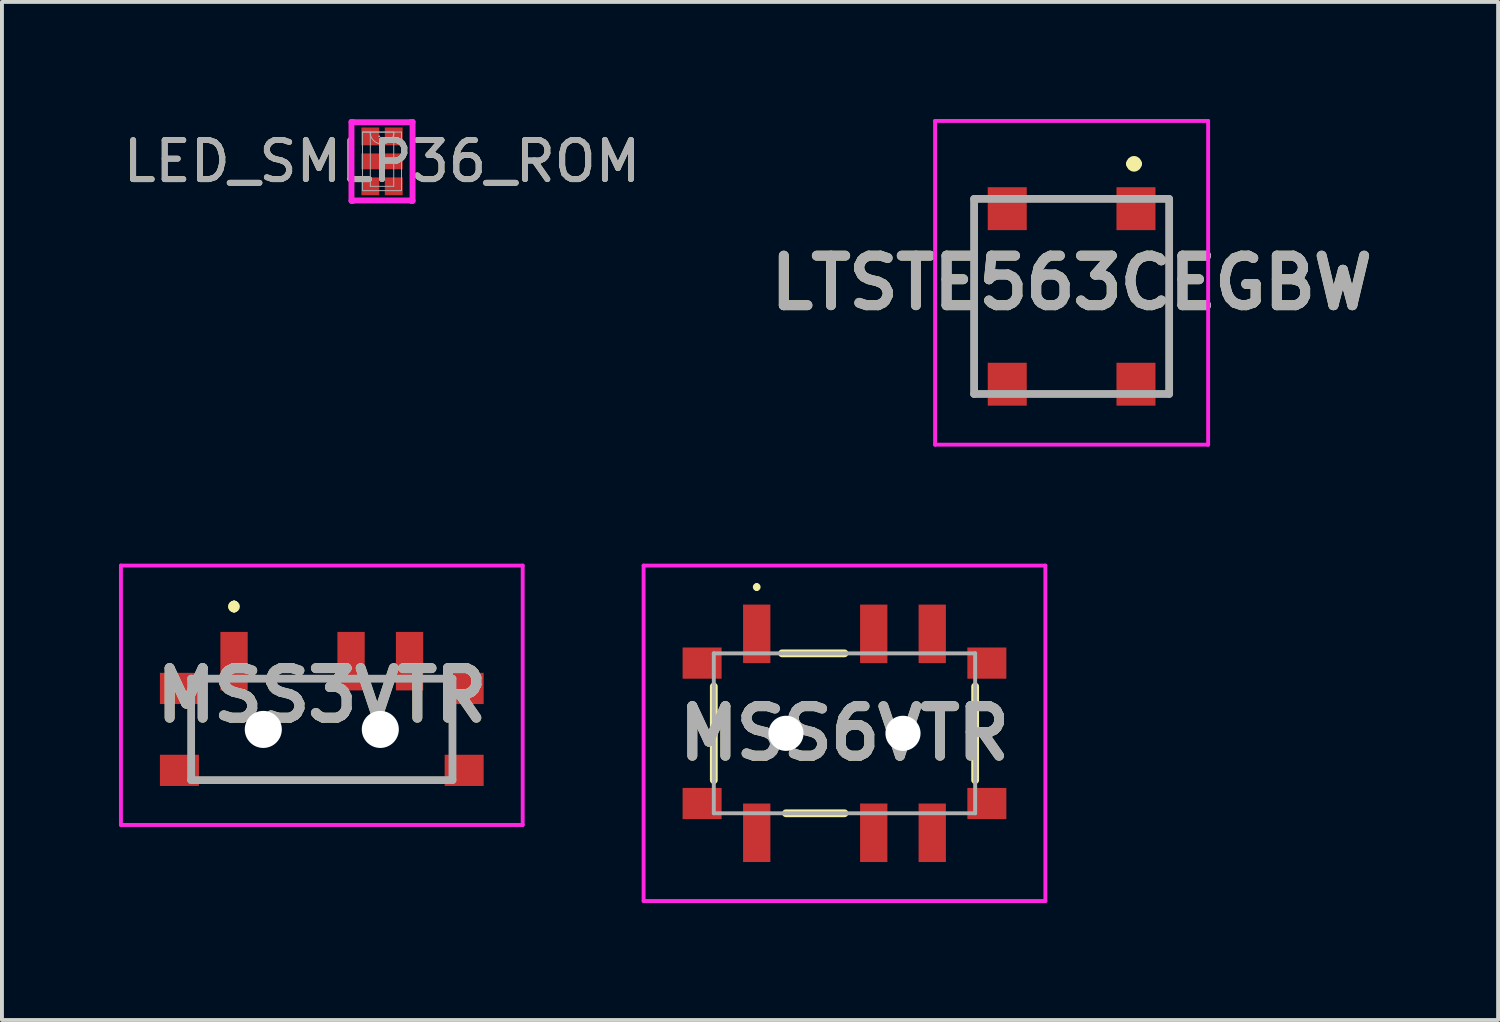
<source format=kicad_pcb>
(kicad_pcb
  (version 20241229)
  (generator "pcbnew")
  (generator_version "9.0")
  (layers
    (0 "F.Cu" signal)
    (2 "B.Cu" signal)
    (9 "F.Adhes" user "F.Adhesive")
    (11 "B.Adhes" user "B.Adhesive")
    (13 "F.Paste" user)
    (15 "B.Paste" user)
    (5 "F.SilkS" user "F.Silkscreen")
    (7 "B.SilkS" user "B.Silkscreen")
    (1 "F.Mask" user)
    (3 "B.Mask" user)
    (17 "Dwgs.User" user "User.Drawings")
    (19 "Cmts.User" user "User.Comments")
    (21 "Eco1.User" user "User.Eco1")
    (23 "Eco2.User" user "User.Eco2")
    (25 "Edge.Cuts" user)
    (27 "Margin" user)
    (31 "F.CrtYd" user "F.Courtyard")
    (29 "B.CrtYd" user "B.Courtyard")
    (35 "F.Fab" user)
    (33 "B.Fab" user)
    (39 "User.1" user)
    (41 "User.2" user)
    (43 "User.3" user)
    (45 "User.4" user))
  (footprint "MSS6VTR"
    (layer "F.Cu")
    (at 18.6 15.75)
    (property "Reference" "MSS6VTR" (at 0 0 0) (layer "F.SilkS") (effects (font (size 1.27 1.27) (thickness 0.254))))
    (attr through_hole)
    (fp_line (start -3.35 -1.2) (end -3.35 1.2) (stroke (width 0.2) (type solid)) (layer "F.SilkS"))
    (fp_line (start -2.25 -3.8) (end -2.25 -3.8) (stroke (width 0.1) (type solid)) (layer "F.SilkS"))
    (fp_line (start -2.25 -3.7) (end -2.25 -3.7) (stroke (width 0.1) (type solid)) (layer "F.SilkS"))
    (fp_line (start -1.6 -2.05) (end 0 -2.05) (stroke (width 0.2) (type solid)) (layer "F.SilkS"))
    (fp_line (start -1.5 2.05) (end 0 2.05) (stroke (width 0.2) (type solid)) (layer "F.SilkS"))
    (fp_line (start 3.35 -1.2) (end 3.35 1.2) (stroke (width 0.2) (type solid)) (layer "F.SilkS"))
    (fp_arc (start -2.25 -3.8) (mid -2.2 -3.75) (end -2.25 -3.7) (stroke (width 0.1) (type solid)) (layer "F.SilkS"))
    (fp_arc (start -2.25 -3.7) (mid -2.3 -3.75) (end -2.25 -3.8) (stroke (width 0.1) (type solid)) (layer "F.SilkS"))
    (fp_line (start -5.15 -4.3) (end 5.15 -4.3) (stroke (width 0.1) (type solid)) (layer "F.CrtYd"))
    (fp_line (start -5.15 4.3) (end -5.15 -4.3) (stroke (width 0.1) (type solid)) (layer "F.CrtYd"))
    (fp_line (start 5.15 -4.3) (end 5.15 4.3) (stroke (width 0.1) (type solid)) (layer "F.CrtYd"))
    (fp_line (start 5.15 4.3) (end -5.15 4.3) (stroke (width 0.1) (type solid)) (layer "F.CrtYd"))
    (fp_line (start -3.35 -2.05) (end 3.35 -2.05) (stroke (width 0.1) (type solid)) (layer "F.Fab"))
    (fp_line (start -3.35 2.05) (end -3.35 -2.05) (stroke (width 0.1) (type solid)) (layer "F.Fab"))
    (fp_line (start 3.35 -2.05) (end 3.35 2.05) (stroke (width 0.1) (type solid)) (layer "F.Fab"))
    (fp_line (start 3.35 2.05) (end -3.35 2.05) (stroke (width 0.1) (type solid)) (layer "F.Fab"))
    (fp_text user "${REFERENCE}" (at 0 0 0) (layer "F.Fab") (effects (font (size 1.27 1.27) (thickness 0.254))))
    (pad "" np_thru_hole circle (at -1.5 0) (size 0.9 0.9) (drill 0.9) (layers "*.Cu" "*.Mask"))
    (pad "" np_thru_hole circle (at 1.5 0) (size 0.9 0.9) (drill 0.9) (layers "*.Cu" "*.Mask"))
    (pad "A1" smd rect (at -2.25 -2.55) (size 0.7 1.5) (layers "F.Cu" "F.Mask" "F.Paste"))
    (pad "B1" smd rect (at 0.75 -2.55) (size 0.7 1.5) (layers "F.Cu" "F.Mask" "F.Paste"))
    (pad "C1" smd rect (at 2.25 -2.55) (size 0.7 1.5) (layers "F.Cu" "F.Mask" "F.Paste"))
    (pad "D1" smd rect (at -2.25 2.55) (size 0.7 1.5) (layers "F.Cu" "F.Mask" "F.Paste"))
    (pad "E1" smd rect (at 0.75 2.55) (size 0.7 1.5) (layers "F.Cu" "F.Mask" "F.Paste"))
    (pad "F1" smd rect (at 2.25 2.55) (size 0.7 1.5) (layers "F.Cu" "F.Mask" "F.Paste"))
    (pad "MP1" smd rect (at -3.65 -1.8 90) (size 0.8 1) (layers "F.Cu" "F.Mask" "F.Paste"))
    (pad "MP2" smd rect (at 3.65 -1.8 90) (size 0.8 1) (layers "F.Cu" "F.Mask" "F.Paste"))
    (pad "MP3" smd rect (at -3.65 1.8 90) (size 0.8 1) (layers "F.Cu" "F.Mask" "F.Paste"))
    (pad "MP4" smd rect (at 3.65 1.8 90) (size 0.8 1) (layers "F.Cu" "F.Mask" "F.Paste")))
  (footprint "MSS3VTR"
    (layer "F.Cu")
    (at 5.2 15.65)
    (property "Reference" "MSS3VTR" (at 0 -0.875 0) (layer "F.SilkS") (effects (font (size 1.27 1.27) (thickness 0.254))))
    (attr through_hole)
    (fp_line (start -2.5 1.3) (end 2.5 1.3) (stroke (width 0.1) (type solid)) (layer "F.SilkS"))
    (fp_line (start -2.25 -3.2) (end -2.25 -3.2) (stroke (width 0.2) (type solid)) (layer "F.SilkS"))
    (fp_line (start -2.25 -3.2) (end -2.25 -3.2) (stroke (width 0.2) (type solid)) (layer "F.SilkS"))
    (fp_line (start -2.25 -3.1) (end -2.25 -3.1) (stroke (width 0.2) (type solid)) (layer "F.SilkS"))
    (fp_arc (start -2.25 -3.2) (mid -2.2 -3.15) (end -2.25 -3.1) (stroke (width 0.2) (type solid)) (layer "F.SilkS"))
    (fp_arc (start -2.25 -3.1) (mid -2.3 -3.15) (end -2.25 -3.2) (stroke (width 0.2) (type solid)) (layer "F.SilkS"))
    (fp_arc (start -2.25 -3.1) (mid -2.3 -3.15) (end -2.25 -3.2) (stroke (width 0.2) (type solid)) (layer "F.SilkS"))
    (fp_line (start -5.15 -4.2) (end 5.15 -4.2) (stroke (width 0.1) (type solid)) (layer "F.CrtYd"))
    (fp_line (start -5.15 2.45) (end -5.15 -4.2) (stroke (width 0.1) (type solid)) (layer "F.CrtYd"))
    (fp_line (start 5.15 -4.2) (end 5.15 2.45) (stroke (width 0.1) (type solid)) (layer "F.CrtYd"))
    (fp_line (start 5.15 2.45) (end -5.15 2.45) (stroke (width 0.1) (type solid)) (layer "F.CrtYd"))
    (fp_line (start -3.35 -1.3) (end 3.35 -1.3) (stroke (width 0.2) (type solid)) (layer "F.Fab"))
    (fp_line (start -3.35 1.3) (end -3.35 -1.3) (stroke (width 0.2) (type solid)) (layer "F.Fab"))
    (fp_line (start 3.35 -1.3) (end 3.35 1.3) (stroke (width 0.2) (type solid)) (layer "F.Fab"))
    (fp_line (start 3.35 1.3) (end -3.35 1.3) (stroke (width 0.2) (type solid)) (layer "F.Fab"))
    (fp_text user "${REFERENCE}" (at 0 -0.875 0) (layer "F.Fab") (effects (font (size 1.27 1.27) (thickness 0.254))))
    (pad "" np_thru_hole circle (at -1.5 0) (size 0.95 0.95) (drill 0.95) (layers "*.Cu" "*.Mask"))
    (pad "" np_thru_hole circle (at 1.5 0) (size 0.95 0.95) (drill 0.95) (layers "*.Cu" "*.Mask"))
    (pad "A1" smd rect (at -2.25 -1.75) (size 0.7 1.5) (layers "F.Cu" "F.Mask" "F.Paste"))
    (pad "B1" smd rect (at 0.75 -1.75) (size 0.7 1.5) (layers "F.Cu" "F.Mask" "F.Paste"))
    (pad "C1" smd rect (at 2.25 -1.75) (size 0.7 1.5) (layers "F.Cu" "F.Mask" "F.Paste"))
    (pad "MP1" smd rect (at -3.65 -1.05 90) (size 0.8 1) (layers "F.Cu" "F.Mask" "F.Paste"))
    (pad "MP2" smd rect (at 3.65 -1.05 90) (size 0.8 1) (layers "F.Cu" "F.Mask" "F.Paste"))
    (pad "MP3" smd rect (at -3.65 1.05 90) (size 0.8 1) (layers "F.Cu" "F.Mask" "F.Paste"))
    (pad "MP4" smd rect (at 3.65 1.05 90) (size 0.8 1) (layers "F.Cu" "F.Mask" "F.Paste")))
  (footprint "LTSTE563CEGBW"
    (layer "F.Cu")
    (at 24.423 4.55)
    (property "Reference" "LTSTE563CEGBW" (at 0 -0.35 0) (layer "F.SilkS") (effects (font (size 1.27 1.27) (thickness 0.254))))
    (attr smd)
    (fp_line (start -2.5 -1) (end -2.5 1) (stroke (width 0.1) (type solid)) (layer "F.SilkS"))
    (fp_line (start -0.5 -2.5) (end 0.5 -2.5) (stroke (width 0.1) (type solid)) (layer "F.SilkS"))
    (fp_line (start -0.5 2.5) (end 0.5 2.5) (stroke (width 0.1) (type solid)) (layer "F.SilkS"))
    (fp_line (start 1.5 -3.4) (end 1.5 -3.4) (stroke (width 0.2) (type solid)) (layer "F.SilkS"))
    (fp_line (start 1.7 -3.4) (end 1.7 -3.4) (stroke (width 0.2) (type solid)) (layer "F.SilkS"))
    (fp_line (start 2.5 -1) (end 2.5 1) (stroke (width 0.1) (type solid)) (layer "F.SilkS"))
    (fp_arc (start 1.5 -3.4) (mid 1.6 -3.5) (end 1.7 -3.4) (stroke (width 0.2) (type solid)) (layer "F.SilkS"))
    (fp_arc (start 1.7 -3.4) (mid 1.6 -3.3) (end 1.5 -3.4) (stroke (width 0.2) (type solid)) (layer "F.SilkS"))
    (fp_line (start -3.5 -4.5) (end 3.5 -4.5) (stroke (width 0.1) (type solid)) (layer "F.CrtYd"))
    (fp_line (start -3.5 3.8) (end -3.5 -4.5) (stroke (width 0.1) (type solid)) (layer "F.CrtYd"))
    (fp_line (start 3.5 -4.5) (end 3.5 3.8) (stroke (width 0.1) (type solid)) (layer "F.CrtYd"))
    (fp_line (start 3.5 3.8) (end -3.5 3.8) (stroke (width 0.1) (type solid)) (layer "F.CrtYd"))
    (fp_line (start -2.5 -2.5) (end 2.5 -2.5) (stroke (width 0.2) (type solid)) (layer "F.Fab"))
    (fp_line (start -2.5 2.5) (end -2.5 -2.5) (stroke (width 0.2) (type solid)) (layer "F.Fab"))
    (fp_line (start 2.5 -2.5) (end 2.5 2.5) (stroke (width 0.2) (type solid)) (layer "F.Fab"))
    (fp_line (start 2.5 2.5) (end -2.5 2.5) (stroke (width 0.2) (type solid)) (layer "F.Fab"))
    (fp_text user "${REFERENCE}" (at 0 -0.35 0) (layer "F.Fab") (effects (font (size 1.27 1.27) (thickness 0.254))))
    (pad "1" smd rect (at 1.65 -2.25) (size 1 1.1) (layers "F.Cu" "F.Mask" "F.Paste"))
    (pad "2" smd rect (at -1.65 -2.25) (size 1 1.1) (layers "F.Cu" "F.Mask" "F.Paste"))
    (pad "3" smd rect (at 1.65 2.25) (size 1 1.1) (layers "F.Cu" "F.Mask" "F.Paste"))
    (pad "4" smd rect (at -1.65 2.25) (size 1 1.1) (layers "F.Cu" "F.Mask" "F.Paste")))
  (footprint "LED_SMLP36_ROM"
    (layer "F.Cu")
    (at 6.744 1.087)
    (property "Reference" "LED_SMLP36_ROM" (at 0 0 0) (unlocked yes) (layer "F.SilkS") (effects (font (size 1 1) (thickness 0.15))))
    (attr smd)
    (fp_line (start -0.783 -1.011) (end -0.754 -1.011) (stroke (width 0.152) (type solid)) (layer "F.CrtYd"))
    (fp_line (start -0.783 1.011) (end -0.783 -1.011) (stroke (width 0.152) (type solid)) (layer "F.CrtYd"))
    (fp_line (start -0.783 1.011) (end -0.754 1.011) (stroke (width 0.152) (type solid)) (layer "F.CrtYd"))
    (fp_line (start -0.754 -1.011) (end -0.754 -1.004) (stroke (width 0.152) (type solid)) (layer "F.CrtYd"))
    (fp_line (start -0.754 -1.004) (end 0.754 -1.004) (stroke (width 0.152) (type solid)) (layer "F.CrtYd"))
    (fp_line (start -0.754 1.004) (end -0.754 1.011) (stroke (width 0.152) (type solid)) (layer "F.CrtYd"))
    (fp_line (start 0.754 -1.004) (end 0.754 -1.011) (stroke (width 0.152) (type solid)) (layer "F.CrtYd"))
    (fp_line (start 0.754 1.004) (end -0.754 1.004) (stroke (width 0.152) (type solid)) (layer "F.CrtYd"))
    (fp_line (start 0.754 1.011) (end 0.754 1.004) (stroke (width 0.152) (type solid)) (layer "F.CrtYd"))
    (fp_line (start 0.783 -1.011) (end 0.754 -1.011) (stroke (width 0.152) (type solid)) (layer "F.CrtYd"))
    (fp_line (start 0.783 -1.011) (end 0.783 1.011) (stroke (width 0.152) (type solid)) (layer "F.CrtYd"))
    (fp_line (start 0.783 1.011) (end 0.754 1.011) (stroke (width 0.152) (type solid)) (layer "F.CrtYd"))
    (fp_line (start -0.5 -0.75) (end -0.5 0.75) (stroke (width 0.025) (type solid)) (layer "F.Fab"))
    (fp_line (start -0.5 0.75) (end 0.5 0.75) (stroke (width 0.025) (type solid)) (layer "F.Fab"))
    (fp_line (start -0.3 -0.75) (end -0.3 0.64) (stroke (width 0.025) (type solid)) (layer "F.Fab"))
    (fp_line (start -0.3 0.64) (end 0.3 0.64) (stroke (width 0.025) (type solid)) (layer "F.Fab"))
    (fp_line (start 0.3 -0.75) (end -0.5 -0.75) (stroke (width 0.025) (type solid)) (layer "F.Fab"))
    (fp_line (start 0.3 0.64) (end 0.3 -0.75) (stroke (width 0.025) (type solid)) (layer "F.Fab"))
    (fp_line (start 0.5 -0.75) (end -0.5 -0.75) (stroke (width 0.025) (type solid)) (layer "F.Fab"))
    (fp_line (start 0.5 0.75) (end 0.5 -0.75) (stroke (width 0.025) (type solid)) (layer "F.Fab"))
    (fp_arc (start 0.3048 -0.75) (mid 0 -0.4452) (end -0.3048 -0.75) (stroke (width 0.0254) (type solid)) (layer "F.Fab"))
    (fp_circle (center -0.071 -0.64) (end -0.071 -0.64) (stroke (width 0.025) (type solid)) (fill no) (layer "F.Fab"))
    (fp_text user "${REFERENCE}" (at 0 0 0) (unlocked yes) (layer "F.Fab") (effects (font (size 1 1) (thickness 0.15))))
    (pad "1" smd rect (at -0.3 -0.64) (size 0.457 0.457) (layers "F.Cu" "F.Mask" "F.Paste"))
    (pad "2" smd rect (at -0.3 0) (size 0.457 0.406) (layers "F.Cu" "F.Mask" "F.Paste"))
    (pad "3" smd rect (at -0.3 0.64) (size 0.457 0.457) (layers "F.Cu" "F.Mask" "F.Paste"))
    (pad "4" smd rect (at 0.3 0.64) (size 0.457 0.457) (layers "F.Cu" "F.Mask" "F.Paste"))
    (pad "5" smd rect (at 0.3 0) (size 0.457 0.406) (layers "F.Cu" "F.Mask" "F.Paste"))
    (pad "6" smd rect (at 0.3 -0.64) (size 0.457 0.457) (layers "F.Cu" "F.Mask" "F.Paste")))
  (gr_rect
    (start -3 -3)
    (end 35.357 23.1)
    (stroke (width 0.1) (type default))
    (fill no)
    (layer "Edge.Cuts")))
</source>
